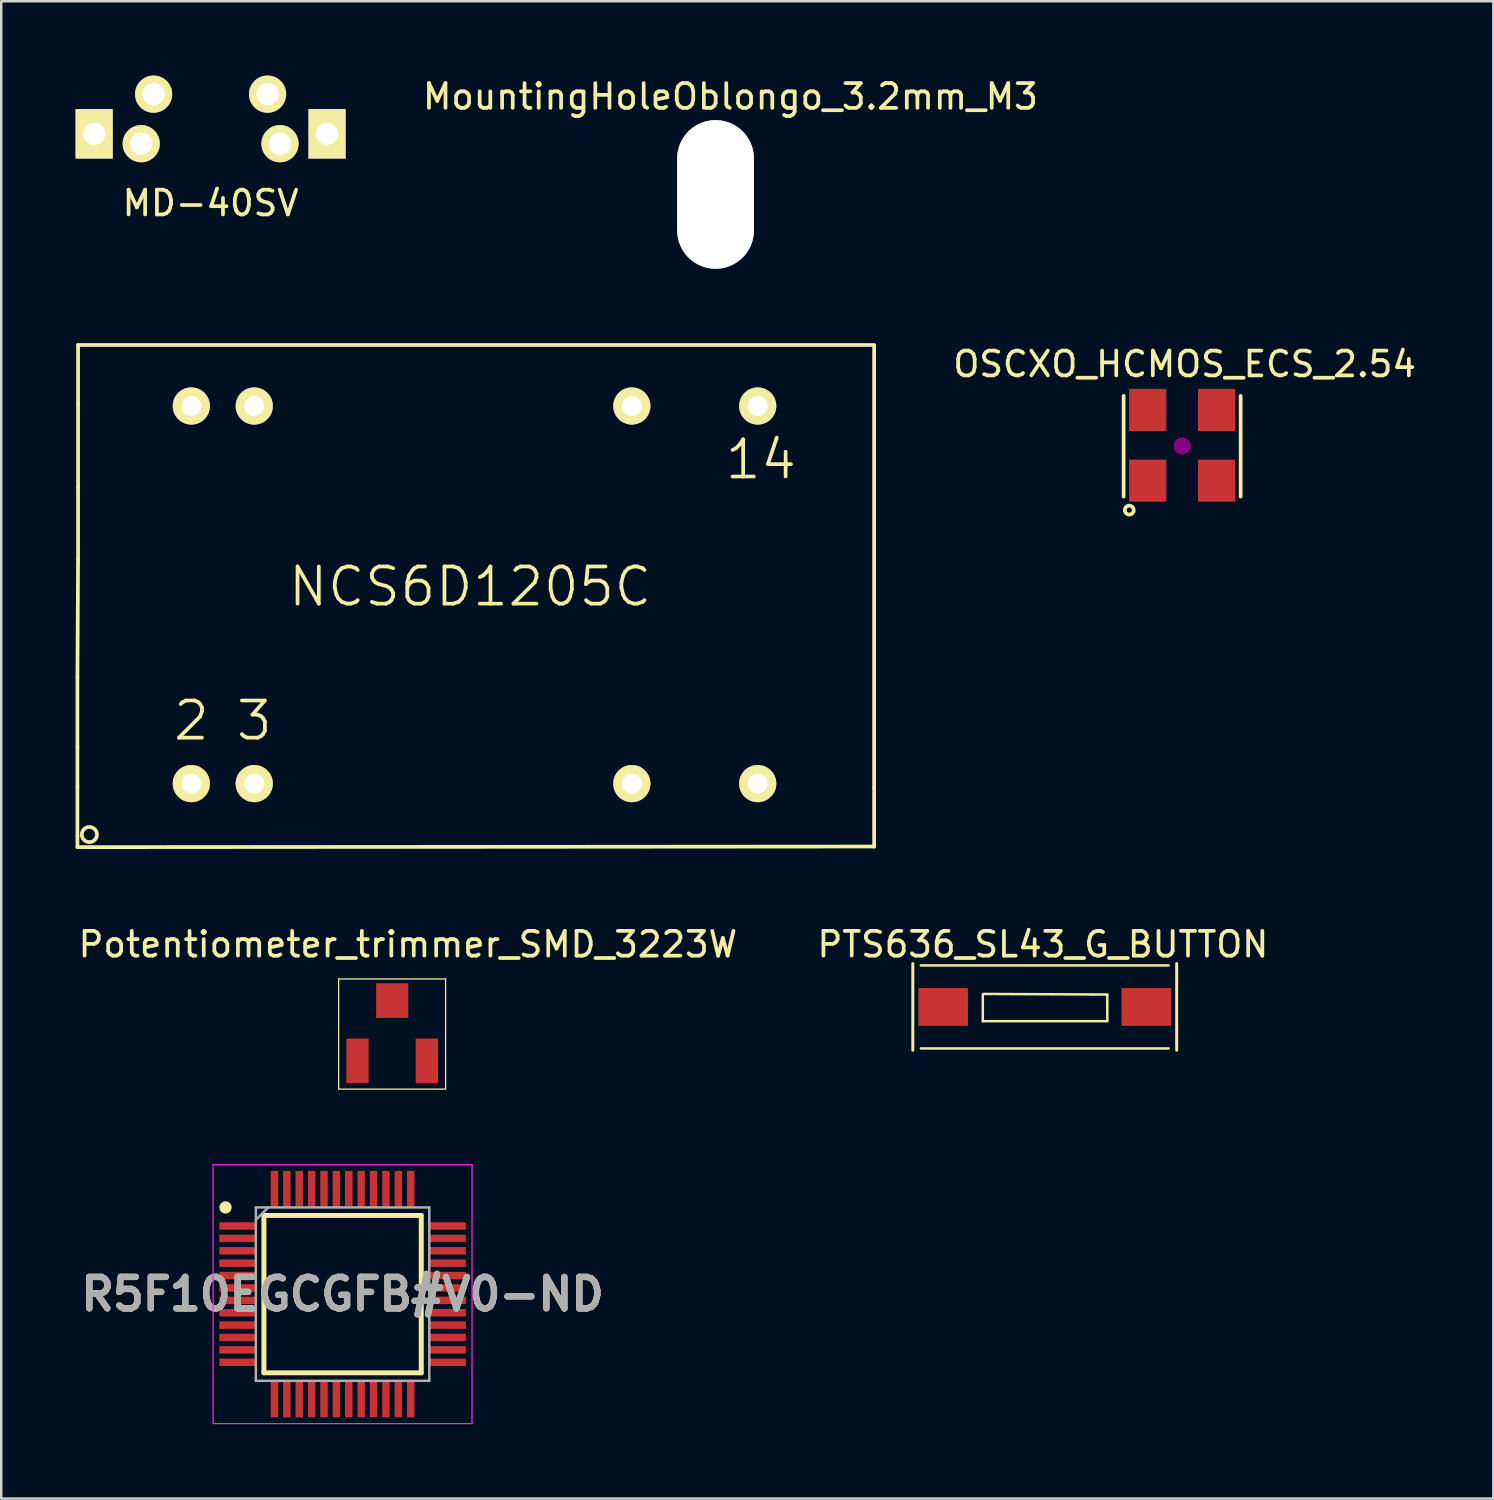
<source format=kicad_pcb>
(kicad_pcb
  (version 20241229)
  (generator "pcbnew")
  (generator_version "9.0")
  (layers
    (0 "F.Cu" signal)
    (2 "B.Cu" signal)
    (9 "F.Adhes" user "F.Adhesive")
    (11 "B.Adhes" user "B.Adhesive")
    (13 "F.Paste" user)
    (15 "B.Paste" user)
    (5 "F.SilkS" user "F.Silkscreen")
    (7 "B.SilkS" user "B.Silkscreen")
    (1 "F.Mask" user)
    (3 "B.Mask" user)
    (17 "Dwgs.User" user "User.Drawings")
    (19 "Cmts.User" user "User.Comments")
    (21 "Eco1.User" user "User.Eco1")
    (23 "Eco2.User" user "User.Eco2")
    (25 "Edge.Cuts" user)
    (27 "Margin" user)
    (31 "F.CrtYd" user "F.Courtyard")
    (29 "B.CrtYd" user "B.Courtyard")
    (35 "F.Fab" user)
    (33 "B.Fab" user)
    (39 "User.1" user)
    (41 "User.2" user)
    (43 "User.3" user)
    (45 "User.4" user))
  (footprint "R5F10EGCGFB#V0-ND"
    (layer "F.Cu")
    (at 10.777 49.183)
    (property "Reference" "R5F10EGCGFB#V0-ND" (at 0 0 0) (layer "F.SilkS") (effects (font (size 1.27 1.27) (thickness 0.254))))
    (attr smd)
    (fp_line (start -3.175 -3.175) (end 3.175 -3.175) (stroke (width 0.2) (type solid)) (layer "F.SilkS"))
    (fp_line (start -3.175 3.175) (end -3.175 -3.175) (stroke (width 0.2) (type solid)) (layer "F.SilkS"))
    (fp_line (start 3.175 -3.175) (end 3.175 3.175) (stroke (width 0.2) (type solid)) (layer "F.SilkS"))
    (fp_line (start 3.175 3.175) (end -3.175 3.175) (stroke (width 0.2) (type solid)) (layer "F.SilkS"))
    (fp_circle (center -4.725 -3.5) (end -4.725 -3.375) (stroke (width 0.25) (type solid)) (fill no) (layer "F.SilkS"))
    (fp_line (start -5.225 -5.225) (end 5.225 -5.225) (stroke (width 0.05) (type solid)) (layer "F.CrtYd"))
    (fp_line (start -5.225 5.225) (end -5.225 -5.225) (stroke (width 0.05) (type solid)) (layer "F.CrtYd"))
    (fp_line (start 5.225 -5.225) (end 5.225 5.225) (stroke (width 0.05) (type solid)) (layer "F.CrtYd"))
    (fp_line (start 5.225 5.225) (end -5.225 5.225) (stroke (width 0.05) (type solid)) (layer "F.CrtYd"))
    (fp_line (start -3.5 -3.5) (end 3.5 -3.5) (stroke (width 0.1) (type solid)) (layer "F.Fab"))
    (fp_line (start -3.5 -3) (end -3 -3.5) (stroke (width 0.1) (type solid)) (layer "F.Fab"))
    (fp_line (start -3.5 3.5) (end -3.5 -3.5) (stroke (width 0.1) (type solid)) (layer "F.Fab"))
    (fp_line (start 3.5 -3.5) (end 3.5 3.5) (stroke (width 0.1) (type solid)) (layer "F.Fab"))
    (fp_line (start 3.5 3.5) (end -3.5 3.5) (stroke (width 0.1) (type solid)) (layer "F.Fab"))
    (fp_text user "${REFERENCE}" (at 0 0 0) (layer "F.Fab") (effects (font (size 1.27 1.27) (thickness 0.254))))
    (pad "1" smd rect (at -4.25 -2.75 90) (size 0.3 1.45) (layers "F.Cu" "F.Mask" "F.Paste"))
    (pad "2" smd rect (at -4.25 -2.25 90) (size 0.3 1.45) (layers "F.Cu" "F.Mask" "F.Paste"))
    (pad "3" smd rect (at -4.25 -1.75 90) (size 0.3 1.45) (layers "F.Cu" "F.Mask" "F.Paste"))
    (pad "4" smd rect (at -4.25 -1.25 90) (size 0.3 1.45) (layers "F.Cu" "F.Mask" "F.Paste"))
    (pad "5" smd rect (at -4.25 -0.75 90) (size 0.3 1.45) (layers "F.Cu" "F.Mask" "F.Paste"))
    (pad "6" smd rect (at -4.25 -0.25 90) (size 0.3 1.45) (layers "F.Cu" "F.Mask" "F.Paste"))
    (pad "7" smd rect (at -4.25 0.25 90) (size 0.3 1.45) (layers "F.Cu" "F.Mask" "F.Paste"))
    (pad "8" smd rect (at -4.25 0.75 90) (size 0.3 1.45) (layers "F.Cu" "F.Mask" "F.Paste"))
    (pad "9" smd rect (at -4.25 1.25 90) (size 0.3 1.45) (layers "F.Cu" "F.Mask" "F.Paste"))
    (pad "10" smd rect (at -4.25 1.75 90) (size 0.3 1.45) (layers "F.Cu" "F.Mask" "F.Paste"))
    (pad "11" smd rect (at -4.25 2.25 90) (size 0.3 1.45) (layers "F.Cu" "F.Mask" "F.Paste"))
    (pad "12" smd rect (at -4.25 2.75 90) (size 0.3 1.45) (layers "F.Cu" "F.Mask" "F.Paste"))
    (pad "13" smd rect (at -2.75 4.25) (size 0.3 1.45) (layers "F.Cu" "F.Mask" "F.Paste"))
    (pad "14" smd rect (at -2.25 4.25) (size 0.3 1.45) (layers "F.Cu" "F.Mask" "F.Paste"))
    (pad "15" smd rect (at -1.75 4.25) (size 0.3 1.45) (layers "F.Cu" "F.Mask" "F.Paste"))
    (pad "16" smd rect (at -1.25 4.25) (size 0.3 1.45) (layers "F.Cu" "F.Mask" "F.Paste"))
    (pad "17" smd rect (at -0.75 4.25) (size 0.3 1.45) (layers "F.Cu" "F.Mask" "F.Paste"))
    (pad "18" smd rect (at -0.25 4.25) (size 0.3 1.45) (layers "F.Cu" "F.Mask" "F.Paste"))
    (pad "19" smd rect (at 0.25 4.25) (size 0.3 1.45) (layers "F.Cu" "F.Mask" "F.Paste"))
    (pad "20" smd rect (at 0.75 4.25) (size 0.3 1.45) (layers "F.Cu" "F.Mask" "F.Paste"))
    (pad "21" smd rect (at 1.25 4.25) (size 0.3 1.45) (layers "F.Cu" "F.Mask" "F.Paste"))
    (pad "22" smd rect (at 1.75 4.25) (size 0.3 1.45) (layers "F.Cu" "F.Mask" "F.Paste"))
    (pad "23" smd rect (at 2.25 4.25) (size 0.3 1.45) (layers "F.Cu" "F.Mask" "F.Paste"))
    (pad "24" smd rect (at 2.75 4.25) (size 0.3 1.45) (layers "F.Cu" "F.Mask" "F.Paste"))
    (pad "25" smd rect (at 4.25 2.75 90) (size 0.3 1.45) (layers "F.Cu" "F.Mask" "F.Paste"))
    (pad "26" smd rect (at 4.25 2.25 90) (size 0.3 1.45) (layers "F.Cu" "F.Mask" "F.Paste"))
    (pad "27" smd rect (at 4.25 1.75 90) (size 0.3 1.45) (layers "F.Cu" "F.Mask" "F.Paste"))
    (pad "28" smd rect (at 4.25 1.25 90) (size 0.3 1.45) (layers "F.Cu" "F.Mask" "F.Paste"))
    (pad "29" smd rect (at 4.25 0.75 90) (size 0.3 1.45) (layers "F.Cu" "F.Mask" "F.Paste"))
    (pad "30" smd rect (at 4.25 0.25 90) (size 0.3 1.45) (layers "F.Cu" "F.Mask" "F.Paste"))
    (pad "31" smd rect (at 4.25 -0.25 90) (size 0.3 1.45) (layers "F.Cu" "F.Mask" "F.Paste"))
    (pad "32" smd rect (at 4.25 -0.75 90) (size 0.3 1.45) (layers "F.Cu" "F.Mask" "F.Paste"))
    (pad "33" smd rect (at 4.25 -1.25 90) (size 0.3 1.45) (layers "F.Cu" "F.Mask" "F.Paste"))
    (pad "34" smd rect (at 4.25 -1.75 90) (size 0.3 1.45) (layers "F.Cu" "F.Mask" "F.Paste"))
    (pad "35" smd rect (at 4.25 -2.25 90) (size 0.3 1.45) (layers "F.Cu" "F.Mask" "F.Paste"))
    (pad "36" smd rect (at 4.25 -2.75 90) (size 0.3 1.45) (layers "F.Cu" "F.Mask" "F.Paste"))
    (pad "37" smd rect (at 2.75 -4.25) (size 0.3 1.45) (layers "F.Cu" "F.Mask" "F.Paste"))
    (pad "38" smd rect (at 2.25 -4.25) (size 0.3 1.45) (layers "F.Cu" "F.Mask" "F.Paste"))
    (pad "39" smd rect (at 1.75 -4.25) (size 0.3 1.45) (layers "F.Cu" "F.Mask" "F.Paste"))
    (pad "40" smd rect (at 1.25 -4.25) (size 0.3 1.45) (layers "F.Cu" "F.Mask" "F.Paste"))
    (pad "41" smd rect (at 0.75 -4.25) (size 0.3 1.45) (layers "F.Cu" "F.Mask" "F.Paste"))
    (pad "42" smd rect (at 0.25 -4.25) (size 0.3 1.45) (layers "F.Cu" "F.Mask" "F.Paste"))
    (pad "43" smd rect (at -0.25 -4.25) (size 0.3 1.45) (layers "F.Cu" "F.Mask" "F.Paste"))
    (pad "44" smd rect (at -0.75 -4.25) (size 0.3 1.45) (layers "F.Cu" "F.Mask" "F.Paste"))
    (pad "45" smd rect (at -1.25 -4.25) (size 0.3 1.45) (layers "F.Cu" "F.Mask" "F.Paste"))
    (pad "46" smd rect (at -1.75 -4.25) (size 0.3 1.45) (layers "F.Cu" "F.Mask" "F.Paste"))
    (pad "47" smd rect (at -2.25 -4.25) (size 0.3 1.45) (layers "F.Cu" "F.Mask" "F.Paste"))
    (pad "48" smd rect (at -2.75 -4.25) (size 0.3 1.45) (layers "F.Cu" "F.Mask" "F.Paste")))
  (footprint "PTS636_SL43_G_BUTTON"
    (layer "F.Cu")
    (at 39.117 37.591)
    (property "Reference" "PTS636_SL43_G_BUTTON" (at -0.075 -2.525 0) (layer "F.SilkS") (effects (font (size 1 1) (thickness 0.15))))
    (attr through_hole)
    (fp_line (start -5.325 -1.75) (end -5.325 1.75) (stroke (width 0.12) (type solid)) (layer "F.SilkS"))
    (fp_line (start -5 -1.675) (end 5 -1.675) (stroke (width 0.1) (type solid)) (layer "F.SilkS"))
    (fp_line (start -5 1.675) (end 5 1.675) (stroke (width 0.1) (type solid)) (layer "F.SilkS"))
    (fp_line (start -2.5 -0.5) (end -2.5 0.575) (stroke (width 0.1) (type solid)) (layer "F.SilkS"))
    (fp_line (start -2.5 0.575) (end 2.525 0.575) (stroke (width 0.1) (type solid)) (layer "F.SilkS"))
    (fp_line (start 2.525 -0.5) (end -2.475 -0.525) (stroke (width 0.1) (type solid)) (layer "F.SilkS"))
    (fp_line (start 2.525 0.575) (end 2.525 -0.5) (stroke (width 0.1) (type solid)) (layer "F.SilkS"))
    (fp_line (start 5.325 -1.75) (end 5.325 1.75) (stroke (width 0.12) (type solid)) (layer "F.SilkS"))
    (pad "1" smd rect (at -4.1 0) (size 2 1.524) (layers "F.Cu" "F.Mask" "F.Paste"))
    (pad "2" smd rect (at 4.1 0) (size 2 1.524) (layers "F.Cu" "F.Mask" "F.Paste")))
  (footprint "MD-40SV"
    (layer "F.Cu")
    (at 5.45 1.95)
    (property "Reference" "MD-40SV" (at 0 3.2 0) (layer "F.SilkS") (effects (font (size 1 1) (thickness 0.15))))
    (attr through_hole)
    (pad "1" thru_hole circle (at -2.8 0.8) (size 1.5 1.5) (drill 0.9) (layers "*.Cu" "*.Mask" "F.SilkS"))
    (pad "2" thru_hole circle (at 2.8 0.8) (size 1.5 1.5) (drill 0.9) (layers "*.Cu" "*.Mask" "F.SilkS"))
    (pad "3" thru_hole circle (at -2.3 -1.2) (size 1.5 1.5) (drill 0.9) (layers "*.Cu" "*.Mask" "F.SilkS"))
    (pad "4" thru_hole circle (at 2.3 -1.2) (size 1.5 1.5) (drill 0.9) (layers "*.Cu" "*.Mask" "F.SilkS"))
    (pad "5" thru_hole rect (at -4.7 0.4) (size 1.5 2) (drill 0.9) (layers "*.Cu" "*.Mask" "F.SilkS"))
    (pad "6" thru_hole trapezoid (at 4.7 0.4) (size 1.5 2) (drill 0.9) (layers "*.Cu" "*.Mask" "F.SilkS")))
  (footprint "MountingHoleOblongo_3.2mm_M3"
    (layer "F.Cu")
    (at 25.83 4.798)
    (property "Reference" "MountingHoleOblongo_3.2mm_M3" (at 0.6 -3.95 0) (layer "F.SilkS") (effects (font (size 1 1) (thickness 0.15))))
    (attr through_hole)
    (pad "" np_thru_hole roundrect (at 0 0) (size 3.1 6) (drill oval 3.1 6) (layers "*.Cu" "*.Mask") (roundrect_rratio 0.5)))
  (footprint "OSCXO_HCMOS_ECS_2.54"
    (layer "F.Cu")
    (at 44.663 14.948)
    (property "Reference" "OSCXO_HCMOS_ECS_2.54" (at 0.102 -3.302 0) (layer "F.SilkS") (effects (font (size 1 1) (thickness 0.15))))
    (attr through_hole)
    (fp_line (start -2.362 -2.019) (end -2.362 2.045) (stroke (width 0.15) (type solid)) (layer "F.SilkS"))
    (fp_line (start 2.362 -2.019) (end 2.362 2.045) (stroke (width 0.15) (type solid)) (layer "F.SilkS"))
    (fp_circle (center -2.134 2.591) (end -2.007 2.718) (stroke (width 0.15) (type solid)) (fill no) (layer "F.SilkS"))
    (pad "" smd circle (at 0 0) (size 0.7 0.7) (layers "F.Adhes"))
    (pad "1" smd rect (at -1.391 1.402) (size 1.5 1.7) (layers "F.Cu" "F.Mask" "F.Paste"))
    (pad "2" smd rect (at 1.388 1.402) (size 1.5 1.7) (layers "F.Cu" "F.Mask" "F.Paste"))
    (pad "3" smd rect (at 1.388 -1.453) (size 1.5 1.7) (layers "F.Cu" "F.Mask" "F.Paste"))
    (pad "4" smd rect (at -1.391 -1.453) (size 1.5 1.7) (layers "F.Cu" "F.Mask" "F.Paste")))
  (footprint "NCS6D1205C"
    (placed yes)
    (layer "F.Cu")
    (at 4.672 28.577)
    (property "Reference" "NCS6D1205C" (at 11.252 -7.95 0) (layer "F.SilkS") (effects (font (size 1.5 1.5) (thickness 0.15))))
    (attr through_hole)
    (fp_line (start -4.597 -4.293) (end -4.597 -1.473) (stroke (width 0.15) (type solid)) (layer "F.SilkS"))
    (fp_line (start -4.597 -1.473) (end -4.597 0.127) (stroke (width 0.15) (type solid)) (layer "F.SilkS"))
    (fp_line (start -4.597 0.127) (end -4.597 2.108) (stroke (width 0.15) (type solid)) (layer "F.SilkS"))
    (fp_line (start -4.597 2.108) (end -4.597 2.565) (stroke (width 0.15) (type solid)) (layer "F.SilkS"))
    (fp_line (start -4.597 2.565) (end -4.42 2.565) (stroke (width 0.15) (type solid)) (layer "F.SilkS"))
    (fp_line (start -4.572 -17.704) (end 27.559 -17.704) (stroke (width 0.15) (type solid)) (layer "F.SilkS"))
    (fp_line (start -4.572 -15.342) (end -4.572 -17.704) (stroke (width 0.15) (type solid)) (layer "F.SilkS"))
    (fp_line (start -4.572 -15.316) (end -4.572 -11.963) (stroke (width 0.15) (type solid)) (layer "F.SilkS"))
    (fp_line (start -4.572 -11.963) (end -4.572 -9.042) (stroke (width 0.15) (type solid)) (layer "F.SilkS"))
    (fp_line (start -4.572 -9.042) (end -4.597 -4.293) (stroke (width 0.15) (type solid)) (layer "F.SilkS"))
    (fp_line (start -4.039 2.565) (end -4.369 2.565) (stroke (width 0.15) (type solid)) (layer "F.SilkS"))
    (fp_line (start 27.559 -17.678) (end 27.559 0.152) (stroke (width 0.15) (type solid)) (layer "F.SilkS"))
    (fp_line (start 27.559 0.152) (end 27.559 2.54) (stroke (width 0.15) (type solid)) (layer "F.SilkS"))
    (fp_line (start 27.559 2.54) (end -4.039 2.565) (stroke (width 0.15) (type solid)) (layer "F.SilkS"))
    (fp_circle (center -4.115 2.057) (end -3.81 2.057) (stroke (width 0.15) (type solid)) (fill no) (layer "F.SilkS"))
    (fp_text user "2" (at 0 -2.54 0) (layer "F.SilkS") (effects (font (size 1.5 1.5) (thickness 0.15))))
    (fp_text user "3" (at 2.54 -2.54 0) (layer "F.SilkS") (effects (font (size 1.5 1.5) (thickness 0.15))))
    (fp_text user "14" (at 22.987 -13.081 0) (layer "F.SilkS") (effects (font (size 1.5 1.5) (thickness 0.15))))
    (pad "2" thru_hole circle (at 0 0) (size 1.5 1.5) (drill 0.8) (layers "*.Cu" "*.Mask" "F.SilkS"))
    (pad "3" thru_hole circle (at 2.54 0) (size 1.5 1.5) (drill 0.8) (layers "*.Cu" "*.Mask" "F.SilkS"))
    (pad "9" thru_hole circle (at 17.78 0) (size 1.5 1.5) (drill 0.8) (layers "*.Cu" "*.Mask" "F.SilkS"))
    (pad "11" thru_hole circle (at 22.86 0) (size 1.5 1.5) (drill 0.8) (layers "*.Cu" "*.Mask" "F.SilkS"))
    (pad "14" thru_hole circle (at 22.86 -15.24) (size 1.5 1.5) (drill 0.8) (layers "*.Cu" "*.Mask" "F.SilkS"))
    (pad "16" thru_hole circle (at 17.78 -15.24) (size 1.5 1.5) (drill 0.8) (layers "*.Cu" "*.Mask" "F.SilkS"))
    (pad "22" thru_hole circle (at 2.54 -15.24) (size 1.5 1.5) (drill 0.8) (layers "*.Cu" "*.Mask" "F.SilkS"))
    (pad "23" thru_hole circle (at 0 -15.24) (size 1.5 1.5) (drill 0.8) (layers "*.Cu" "*.Mask" "F.SilkS")))
  (footprint "Potentiometer_trimmer_SMD_3223W"
    (layer "F.Cu")
    (at 11.379 39.765)
    (property "Reference" "Potentiometer_trimmer_SMD_3223W" (at 2.032 -4.699 0) (layer "F.SilkS") (effects (font (size 1 1) (thickness 0.15))))
    (attr through_hole)
    (fp_line (start -0.762 -3.302) (end -0.762 1.143) (stroke (width 0.05) (type solid)) (layer "F.SilkS"))
    (fp_line (start -0.761 -3.302) (end 3.556 -3.302) (stroke (width 0.05) (type solid)) (layer "F.SilkS"))
    (fp_line (start 3.556 -3.302) (end 3.556 1.143) (stroke (width 0.05) (type solid)) (layer "F.SilkS"))
    (fp_line (start 3.556 1.143) (end -0.762 1.143) (stroke (width 0.05) (type solid)) (layer "F.SilkS"))
    (pad "1" smd rect (at 0 0) (size 0.9 1.8) (layers "F.Cu" "F.Mask" "F.Paste"))
    (pad "2" smd trapezoid (at 1.4 -2.43) (size 1.3 1.4) (layers "F.Cu" "F.Mask" "F.Paste"))
    (pad "3" smd rect (at 2.8 0) (size 0.9 1.8) (layers "F.Cu" "F.Mask" "F.Paste")))
  (gr_rect
    (start -3 -3)
    (end 57.223 57.433)
    (stroke (width 0.1) (type default))
    (fill no)
    (layer "Edge.Cuts")))
</source>
